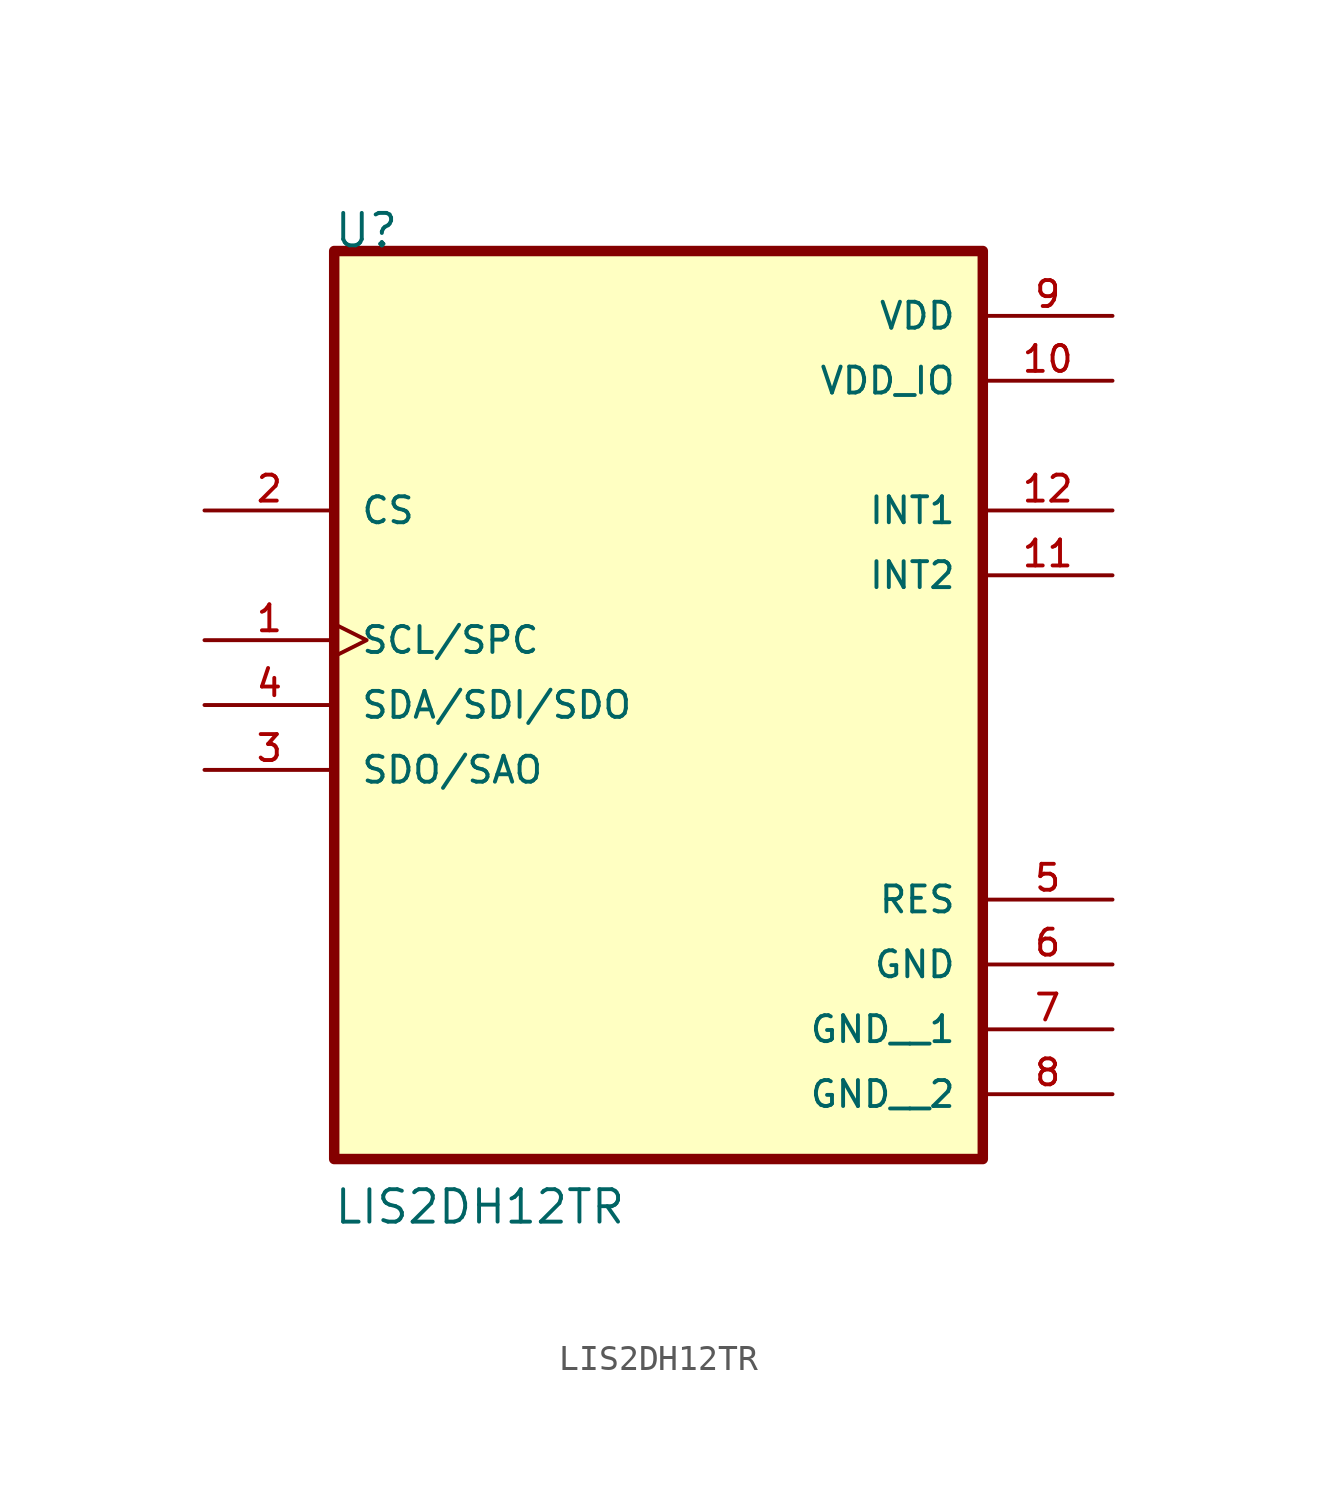
<source format=kicad_sym>
(kicad_symbol_lib
  (version 20211014)
  (generator kicad_symbol_editor)
  (symbol "LIS2DH12TR"
    (pin_names
      (offset 1.016))
    (property "Reference" "U"
      (at -12.749 15.299 0.0)
      (effects (font (size 1.27 1.27)) (justify bottom left)))
    (property "Value" "LIS2DH12TR"
      (at -12.752 -22.934 0.0)
      (effects (font (size 1.27 1.27)) (justify bottom left)))
    (symbol "LIS2DH12TR_0_0"
      (rectangle (start -12.7 -20.32) (end 12.7 15.24) (stroke (width 0.41)) (fill (type background)))
      (pin input line (at -17.78 5.08 0) (length 5.08) (name "CS" (effects (font (size 1.016 1.016)))) (number "2" (effects (font (size 1.016 1.016)))))
      (pin output line (at 17.78 5.08 180.0) (length 5.08) (name "INT1" (effects (font (size 1.016 1.016)))) (number "12" (effects (font (size 1.016 1.016)))))
      (pin output line (at 17.78 2.54 180.0) (length 5.08) (name "INT2" (effects (font (size 1.016 1.016)))) (number "11" (effects (font (size 1.016 1.016)))))
      (pin power_in line (at 17.78 -10.16 180.0) (length 5.08) (name "RES" (effects (font (size 1.016 1.016)))) (number "5" (effects (font (size 1.016 1.016)))))
      (pin bidirectional clock (at -17.78 0.0 0) (length 5.08) (name "SCL/SPC" (effects (font (size 1.016 1.016)))) (number "1" (effects (font (size 1.016 1.016)))))
      (pin bidirectional line (at -17.78 -2.54 0) (length 5.08) (name "SDA/SDI/SDO" (effects (font (size 1.016 1.016)))) (number "4" (effects (font (size 1.016 1.016)))))
      (pin bidirectional line (at -17.78 -5.08 0) (length 5.08) (name "SDO/SAO" (effects (font (size 1.016 1.016)))) (number "3" (effects (font (size 1.016 1.016)))))
      (pin power_in line (at 17.78 -12.7 180.0) (length 5.08) (name "GND" (effects (font (size 1.016 1.016)))) (number "6" (effects (font (size 1.016 1.016)))))
      (pin power_in line (at 17.78 12.7 180.0) (length 5.08) (name "VDD" (effects (font (size 1.016 1.016)))) (number "9" (effects (font (size 1.016 1.016)))))
      (pin power_in line (at 17.78 10.16 180.0) (length 5.08) (name "VDD_IO" (effects (font (size 1.016 1.016)))) (number "10" (effects (font (size 1.016 1.016)))))
      (pin power_in line (at 17.78 -15.24 180.0) (length 5.08) (name "GND__1" (effects (font (size 1.016 1.016)))) (number "7" (effects (font (size 1.016 1.016)))))
      (pin power_in line (at 17.78 -17.78 180.0) (length 5.08) (name "GND__2" (effects (font (size 1.016 1.016)))) (number "8" (effects (font (size 1.016 1.016))))))))
</source>
